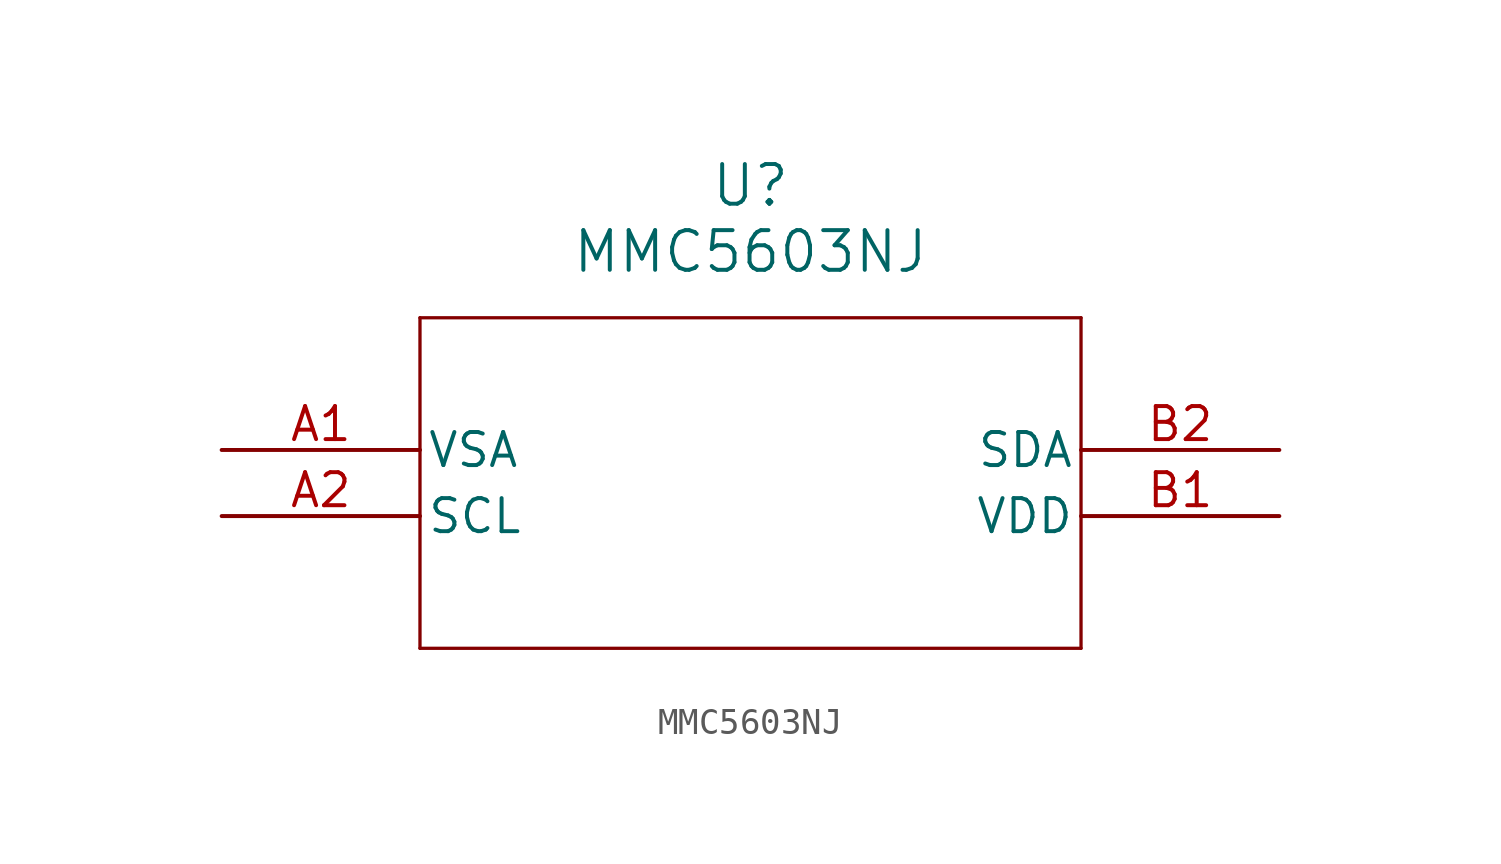
<source format=kicad_sym>
(kicad_symbol_lib
  (version 20241209)
  (generator "kicad_symbol_editor")
  (generator_version "9.0")
  (symbol "MMC5603NJ"
    (pin_names
      (offset 0.254))
    (property "Reference" "U"
      (at 20.32 10.16 0)
      (effects (font (size 1.524 1.524))))
    (property "Value" "MMC5603NJ"
      (at 20.32 7.62 0)
      (effects (font (size 1.524 1.524))))
    (property "ki_locked" ""
      (at 0 0 0)
      (effects (font (size 1.27 1.27))))
    (symbol "MMC5603NJ_0_1"
      (polyline (pts (xy 7.62 5.08) (xy 7.62 -7.62)) (stroke (width 0.127) (type default)) (fill (type none)))
      (polyline (pts (xy 7.62 -7.62) (xy 33.02 -7.62)) (stroke (width 0.127) (type default)) (fill (type none)))
      (polyline (pts (xy 33.02 5.08) (xy 7.62 5.08)) (stroke (width 0.127) (type default)) (fill (type none)))
      (polyline (pts (xy 33.02 -7.62) (xy 33.02 5.08)) (stroke (width 0.127) (type default)) (fill (type none)))
      (pin power_out line (at 0 0 0) (length 7.62) (name "VSA" (effects (font (size 1.27 1.27)))) (number "A1" (effects (font (size 1.27 1.27)))))
      (pin input line (at 0 -2.54 0) (length 7.62) (name "SCL" (effects (font (size 1.27 1.27)))) (number "A2" (effects (font (size 1.27 1.27)))))
      (pin bidirectional line (at 40.64 0 180) (length 7.62) (name "SDA" (effects (font (size 1.27 1.27)))) (number "B2" (effects (font (size 1.27 1.27)))))
      (pin power_in line (at 40.64 -2.54 180) (length 7.62) (name "VDD" (effects (font (size 1.27 1.27)))) (number "B1" (effects (font (size 1.27 1.27))))))))
</source>
